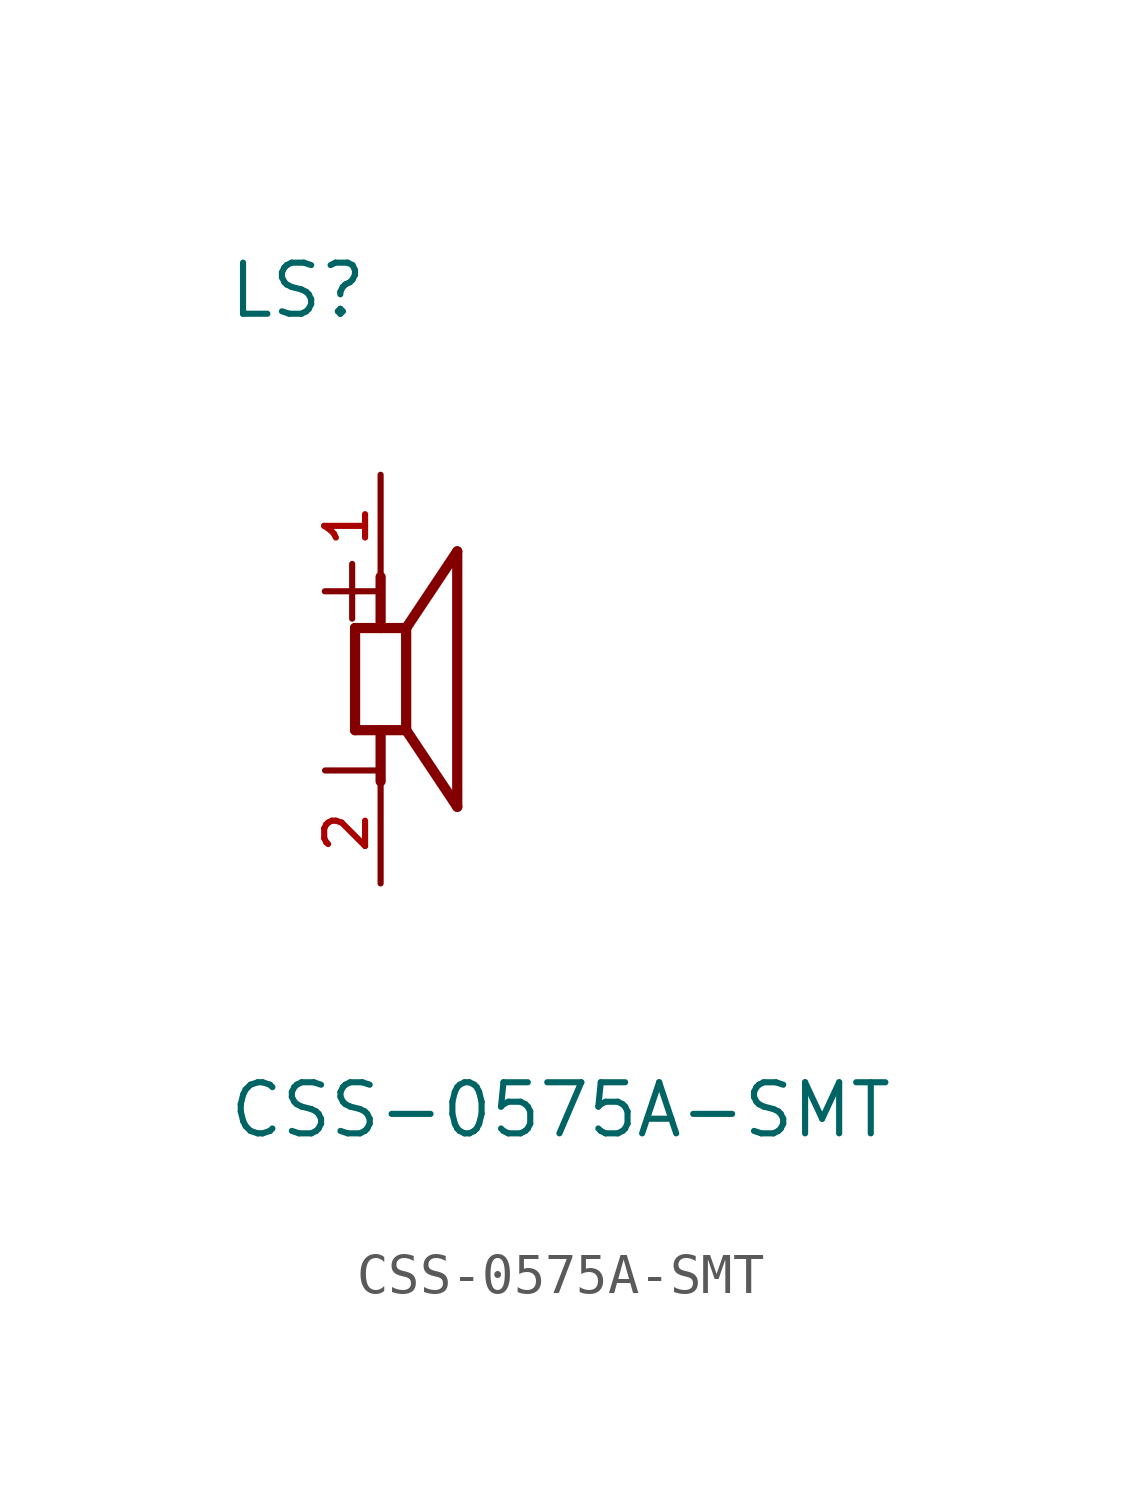
<source format=kicad_sym>
(kicad_symbol_lib
  (version 20211014)
  (generator kicad_symbol_editor)
  (symbol "CSS-0575A-SMT"
    (pin_names
      (offset 1.016))
    (property "Reference" "LS"
      (at -3.823 8.92 0)
      (effects (font (size 1.27 1.27)) (justify bottom left)))
    (property "Value" "CSS-0575A-SMT"
      (at -3.819 -11.457 0)
      (effects (font (size 1.27 1.27)) (justify bottom left)))
    (symbol "CSS-0575A-SMT_0_0"
      (polyline (pts (xy -0.635 1.27) (xy 0.0 1.27)) (stroke (width 0.254)))
      (polyline (pts (xy 0.0 1.27) (xy 0.635 1.27)) (stroke (width 0.254)))
      (polyline (pts (xy 0.635 1.27) (xy 0.635 -1.27)) (stroke (width 0.254)))
      (polyline (pts (xy 0.635 -1.27) (xy 0.0 -1.27)) (stroke (width 0.254)))
      (polyline (pts (xy 0.0 -1.27) (xy -0.635 -1.27)) (stroke (width 0.254)))
      (polyline (pts (xy -0.635 -1.27) (xy -0.635 1.27)) (stroke (width 0.254)))
      (polyline (pts (xy 0.635 1.27) (xy 1.905 3.175)) (stroke (width 0.254)))
      (polyline (pts (xy 1.905 3.175) (xy 1.905 -3.175)) (stroke (width 0.254)))
      (polyline (pts (xy 1.905 -3.175) (xy 0.635 -1.27)) (stroke (width 0.254)))
      (polyline (pts (xy 0.0 1.27) (xy 0.0 2.54)) (stroke (width 0.254)))
      (polyline (pts (xy 0.0 -1.27) (xy 0.0 -2.54)) (stroke (width 0.254)))
      (text "+" (at -1.913 1.276 0) (effects (font (size 1.786 1.786)) (justify bottom left)))
      (text "-" (at -1.905 -3.175 0) (effects (font (size 1.778 1.778)) (justify bottom left)))
      (pin passive line (at 0.0 5.08 270.0) (length 2.54) (name "~" (effects (font (size 1.016 1.016)))) (number "1" (effects (font (size 1.016 1.016)))))
      (pin passive line (at 0.0 -5.08 90.0) (length 2.54) (name "~" (effects (font (size 1.016 1.016)))) (number "2" (effects (font (size 1.016 1.016))))))))
</source>
